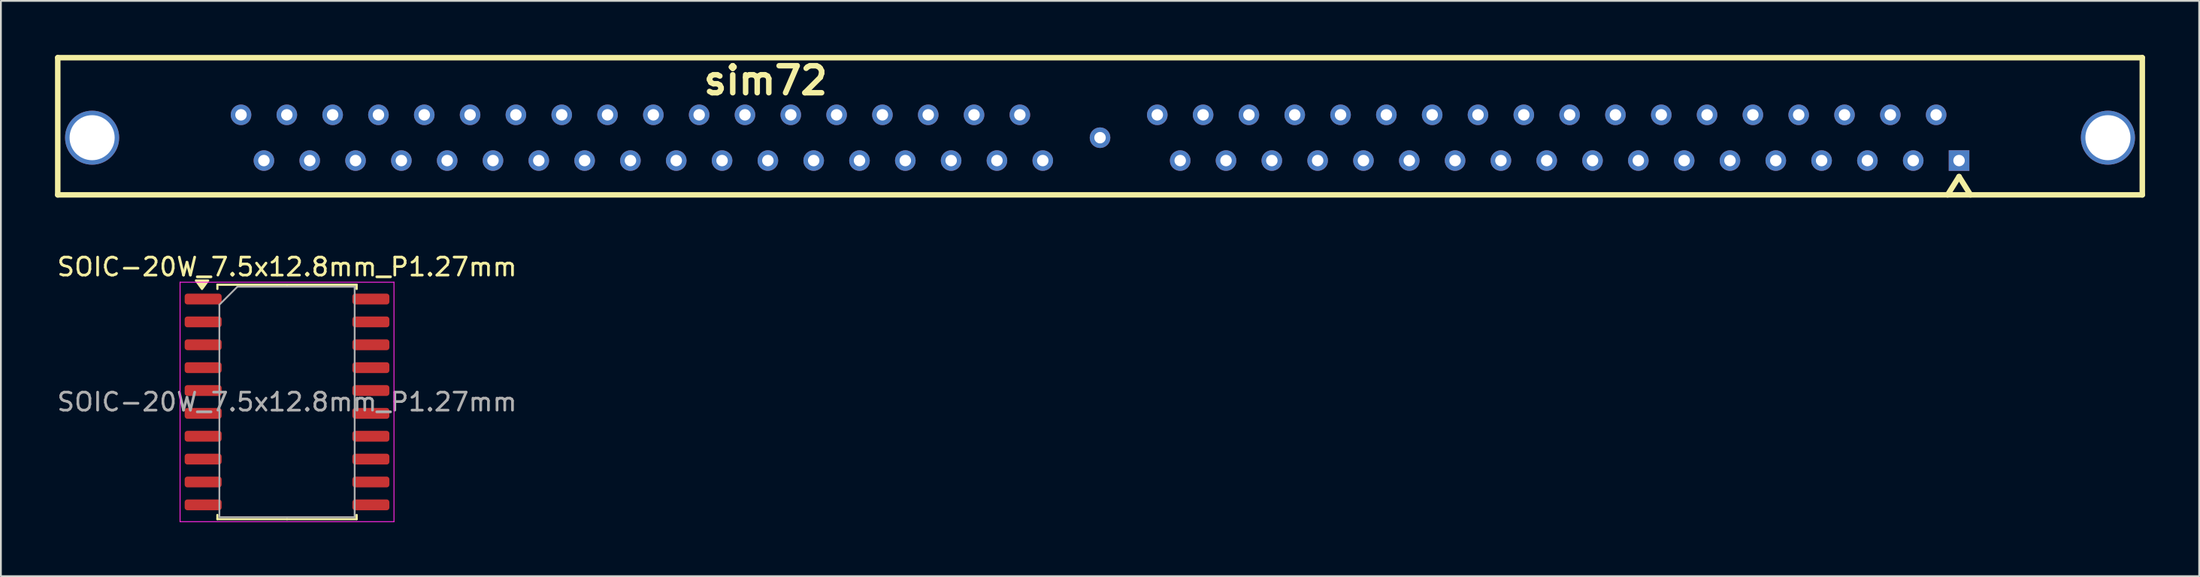
<source format=kicad_pcb>
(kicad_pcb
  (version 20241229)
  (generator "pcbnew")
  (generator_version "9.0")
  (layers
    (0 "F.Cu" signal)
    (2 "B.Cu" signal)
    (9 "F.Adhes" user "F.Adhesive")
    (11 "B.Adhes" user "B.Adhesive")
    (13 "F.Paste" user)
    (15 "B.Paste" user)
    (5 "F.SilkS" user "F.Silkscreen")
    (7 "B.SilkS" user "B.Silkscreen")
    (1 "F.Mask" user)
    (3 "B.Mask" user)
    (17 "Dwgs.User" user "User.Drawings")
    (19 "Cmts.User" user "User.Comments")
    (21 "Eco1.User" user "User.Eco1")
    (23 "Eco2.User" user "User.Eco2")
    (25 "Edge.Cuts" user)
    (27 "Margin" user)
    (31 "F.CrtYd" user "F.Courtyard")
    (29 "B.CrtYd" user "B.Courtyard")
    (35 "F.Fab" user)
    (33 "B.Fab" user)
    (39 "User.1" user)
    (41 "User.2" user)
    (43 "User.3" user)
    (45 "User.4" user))
  (footprint "SOIC-20W_7.5x12.8mm_P1.27mm"
    (layer "F.Cu")
    (at 12.863 19.273)
    (property "Reference" "SOIC-20W_7.5x12.8mm_P1.27mm" (at 0 -7.5 0) (layer "F.SilkS") (effects (font (size 1 1) (thickness 0.15))))
    (attr smd)
    (fp_line (start -3.86 -6.51) (end -3.86 -6.275) (stroke (width 0.12) (type solid)) (layer "F.SilkS"))
    (fp_line (start -3.86 6.51) (end -3.86 6.275) (stroke (width 0.12) (type solid)) (layer "F.SilkS"))
    (fp_line (start 0 -6.51) (end -3.86 -6.51) (stroke (width 0.12) (type solid)) (layer "F.SilkS"))
    (fp_line (start 0 -6.51) (end 3.86 -6.51) (stroke (width 0.12) (type solid)) (layer "F.SilkS"))
    (fp_line (start 0 6.51) (end -3.86 6.51) (stroke (width 0.12) (type solid)) (layer "F.SilkS"))
    (fp_line (start 0 6.51) (end 3.86 6.51) (stroke (width 0.12) (type solid)) (layer "F.SilkS"))
    (fp_line (start 3.86 -6.51) (end 3.86 -6.275) (stroke (width 0.12) (type solid)) (layer "F.SilkS"))
    (fp_line (start 3.86 6.51) (end 3.86 6.275) (stroke (width 0.12) (type solid)) (layer "F.SilkS"))
    (fp_poly (pts (xy -4.713 -6.275) (xy -5.053 -6.745) (xy -4.372 -6.745) (xy -4.713 -6.275)) (stroke (width 0.12) (type solid)) (fill yes) (layer "F.SilkS"))
    (fp_line (start -5.93 -6.65) (end -5.93 6.65) (stroke (width 0.05) (type solid)) (layer "F.CrtYd"))
    (fp_line (start -5.93 6.65) (end 5.93 6.65) (stroke (width 0.05) (type solid)) (layer "F.CrtYd"))
    (fp_line (start 5.93 -6.65) (end -5.93 -6.65) (stroke (width 0.05) (type solid)) (layer "F.CrtYd"))
    (fp_line (start 5.93 6.65) (end 5.93 -6.65) (stroke (width 0.05) (type solid)) (layer "F.CrtYd"))
    (fp_line (start -3.75 -5.4) (end -2.75 -6.4) (stroke (width 0.1) (type solid)) (layer "F.Fab"))
    (fp_line (start -3.75 6.4) (end -3.75 -5.4) (stroke (width 0.1) (type solid)) (layer "F.Fab"))
    (fp_line (start -2.75 -6.4) (end 3.75 -6.4) (stroke (width 0.1) (type solid)) (layer "F.Fab"))
    (fp_line (start 3.75 -6.4) (end 3.75 6.4) (stroke (width 0.1) (type solid)) (layer "F.Fab"))
    (fp_line (start 3.75 6.4) (end -3.75 6.4) (stroke (width 0.1) (type solid)) (layer "F.Fab"))
    (fp_text user "${REFERENCE}" (at 0 0 0) (layer "F.Fab") (effects (font (size 1 1) (thickness 0.15))))
    (pad "1" smd roundrect (at -4.65 -5.715 180) (size 2.05 0.6) (layers "F.Cu" "F.Mask" "F.Paste") (roundrect_rratio 0.25))
    (pad "2" smd roundrect (at -4.65 -4.445 180) (size 2.05 0.6) (layers "F.Cu" "F.Mask" "F.Paste") (roundrect_rratio 0.25))
    (pad "3" smd roundrect (at -4.65 -3.175 180) (size 2.05 0.6) (layers "F.Cu" "F.Mask" "F.Paste") (roundrect_rratio 0.25))
    (pad "4" smd roundrect (at -4.65 -1.905 180) (size 2.05 0.6) (layers "F.Cu" "F.Mask" "F.Paste") (roundrect_rratio 0.25))
    (pad "5" smd roundrect (at -4.65 -0.635 180) (size 2.05 0.6) (layers "F.Cu" "F.Mask" "F.Paste") (roundrect_rratio 0.25))
    (pad "6" smd roundrect (at -4.65 0.635 180) (size 2.05 0.6) (layers "F.Cu" "F.Mask" "F.Paste") (roundrect_rratio 0.25))
    (pad "7" smd roundrect (at -4.65 1.905 180) (size 2.05 0.6) (layers "F.Cu" "F.Mask" "F.Paste") (roundrect_rratio 0.25))
    (pad "8" smd roundrect (at -4.65 3.175 180) (size 2.05 0.6) (layers "F.Cu" "F.Mask" "F.Paste") (roundrect_rratio 0.25))
    (pad "9" smd roundrect (at -4.65 4.445 180) (size 2.05 0.6) (layers "F.Cu" "F.Mask" "F.Paste") (roundrect_rratio 0.25))
    (pad "10" smd roundrect (at -4.65 5.715 180) (size 2.05 0.6) (layers "F.Cu" "F.Mask" "F.Paste") (roundrect_rratio 0.25))
    (pad "11" smd roundrect (at 4.65 5.715 180) (size 2.05 0.6) (layers "F.Cu" "F.Mask" "F.Paste") (roundrect_rratio 0.25))
    (pad "12" smd roundrect (at 4.65 4.445 180) (size 2.05 0.6) (layers "F.Cu" "F.Mask" "F.Paste") (roundrect_rratio 0.25))
    (pad "13" smd roundrect (at 4.65 3.175 180) (size 2.05 0.6) (layers "F.Cu" "F.Mask" "F.Paste") (roundrect_rratio 0.25))
    (pad "14" smd roundrect (at 4.65 1.905 180) (size 2.05 0.6) (layers "F.Cu" "F.Mask" "F.Paste") (roundrect_rratio 0.25))
    (pad "15" smd roundrect (at 4.65 0.635 180) (size 2.05 0.6) (layers "F.Cu" "F.Mask" "F.Paste") (roundrect_rratio 0.25))
    (pad "16" smd roundrect (at 4.65 -0.635 180) (size 2.05 0.6) (layers "F.Cu" "F.Mask" "F.Paste") (roundrect_rratio 0.25))
    (pad "17" smd roundrect (at 4.65 -1.905 180) (size 2.05 0.6) (layers "F.Cu" "F.Mask" "F.Paste") (roundrect_rratio 0.25))
    (pad "18" smd roundrect (at 4.65 -3.175 180) (size 2.05 0.6) (layers "F.Cu" "F.Mask" "F.Paste") (roundrect_rratio 0.25))
    (pad "19" smd roundrect (at 4.65 -4.445 180) (size 2.05 0.6) (layers "F.Cu" "F.Mask" "F.Paste") (roundrect_rratio 0.25))
    (pad "20" smd roundrect (at 4.65 -5.715 180) (size 2.05 0.6) (layers "F.Cu" "F.Mask" "F.Paste") (roundrect_rratio 0.25)))
  (footprint "sim72"
    (layer "F.Cu")
    (at 57.937 4.597)
    (property "Reference" "sim72" (at -18.542 -3.175 0) (layer "F.SilkS") (effects (font (size 1.5 1.5) (thickness 0.305))))
    (attr through_hole)
    (fp_line (start -57.785 -4.445) (end -57.785 3.175) (stroke (width 0.305) (type solid)) (layer "F.SilkS"))
    (fp_line (start -57.785 3.175) (end 57.785 3.175) (stroke (width 0.305) (type solid)) (layer "F.SilkS"))
    (fp_line (start 46.99 3.175) (end 47.625 2.159) (stroke (width 0.305) (type solid)) (layer "F.SilkS"))
    (fp_line (start 47.625 2.159) (end 48.26 3.175) (stroke (width 0.305) (type solid)) (layer "F.SilkS"))
    (fp_line (start 57.785 -4.445) (end -57.785 -4.445) (stroke (width 0.305) (type solid)) (layer "F.SilkS"))
    (fp_line (start 57.785 3.175) (end 57.785 -4.445) (stroke (width 0.305) (type solid)) (layer "F.SilkS"))
    (pad "" thru_hole circle (at -55.88 0) (size 3 3) (drill 2.5) (layers "*.Cu" "*.Mask"))
    (pad "" thru_hole circle (at 0 0) (size 1.143 1.143) (drill 0.635) (layers "*.Cu" "*.Mask"))
    (pad "" thru_hole circle (at 55.88 0) (size 3 3) (drill 2.5) (layers "*.Cu" "*.Mask"))
    (pad "1" thru_hole rect (at 47.625 1.27) (size 1.143 1.143) (drill 0.635) (layers "*.Cu" "*.Mask"))
    (pad "2" thru_hole circle (at 46.355 -1.27) (size 1.143 1.143) (drill 0.635) (layers "*.Cu" "*.Mask"))
    (pad "3" thru_hole circle (at 45.085 1.27) (size 1.143 1.143) (drill 0.635) (layers "*.Cu" "*.Mask"))
    (pad "4" thru_hole circle (at 43.815 -1.27) (size 1.143 1.143) (drill 0.635) (layers "*.Cu" "*.Mask"))
    (pad "5" thru_hole circle (at 42.545 1.27) (size 1.143 1.143) (drill 0.635) (layers "*.Cu" "*.Mask"))
    (pad "6" thru_hole circle (at 41.275 -1.27) (size 1.143 1.143) (drill 0.635) (layers "*.Cu" "*.Mask"))
    (pad "7" thru_hole circle (at 40.005 1.27) (size 1.143 1.143) (drill 0.635) (layers "*.Cu" "*.Mask"))
    (pad "8" thru_hole circle (at 38.735 -1.27) (size 1.143 1.143) (drill 0.635) (layers "*.Cu" "*.Mask"))
    (pad "9" thru_hole circle (at 37.465 1.27) (size 1.143 1.143) (drill 0.635) (layers "*.Cu" "*.Mask"))
    (pad "10" thru_hole circle (at 36.195 -1.27) (size 1.143 1.143) (drill 0.635) (layers "*.Cu" "*.Mask"))
    (pad "11" thru_hole circle (at 34.925 1.27) (size 1.143 1.143) (drill 0.635) (layers "*.Cu" "*.Mask"))
    (pad "12" thru_hole circle (at 33.655 -1.27) (size 1.143 1.143) (drill 0.635) (layers "*.Cu" "*.Mask"))
    (pad "13" thru_hole circle (at 32.385 1.27) (size 1.143 1.143) (drill 0.635) (layers "*.Cu" "*.Mask"))
    (pad "14" thru_hole circle (at 31.115 -1.27) (size 1.143 1.143) (drill 0.635) (layers "*.Cu" "*.Mask"))
    (pad "15" thru_hole circle (at 29.845 1.27) (size 1.143 1.143) (drill 0.635) (layers "*.Cu" "*.Mask"))
    (pad "16" thru_hole circle (at 28.575 -1.27) (size 1.143 1.143) (drill 0.635) (layers "*.Cu" "*.Mask"))
    (pad "17" thru_hole circle (at 27.305 1.27) (size 1.143 1.143) (drill 0.635) (layers "*.Cu" "*.Mask"))
    (pad "18" thru_hole circle (at 26.035 -1.27) (size 1.143 1.143) (drill 0.635) (layers "*.Cu" "*.Mask"))
    (pad "19" thru_hole circle (at 24.765 1.27) (size 1.143 1.143) (drill 0.635) (layers "*.Cu" "*.Mask"))
    (pad "20" thru_hole circle (at 23.495 -1.27) (size 1.143 1.143) (drill 0.635) (layers "*.Cu" "*.Mask"))
    (pad "21" thru_hole circle (at 22.225 1.27) (size 1.143 1.143) (drill 0.635) (layers "*.Cu" "*.Mask"))
    (pad "22" thru_hole circle (at 20.955 -1.27) (size 1.143 1.143) (drill 0.635) (layers "*.Cu" "*.Mask"))
    (pad "23" thru_hole circle (at 19.685 1.27) (size 1.143 1.143) (drill 0.635) (layers "*.Cu" "*.Mask"))
    (pad "24" thru_hole circle (at 18.415 -1.27) (size 1.143 1.143) (drill 0.635) (layers "*.Cu" "*.Mask"))
    (pad "25" thru_hole circle (at 17.145 1.27) (size 1.143 1.143) (drill 0.635) (layers "*.Cu" "*.Mask"))
    (pad "26" thru_hole circle (at 15.875 -1.27) (size 1.143 1.143) (drill 0.635) (layers "*.Cu" "*.Mask"))
    (pad "27" thru_hole circle (at 14.605 1.27) (size 1.143 1.143) (drill 0.635) (layers "*.Cu" "*.Mask"))
    (pad "28" thru_hole circle (at 13.335 -1.27) (size 1.143 1.143) (drill 0.635) (layers "*.Cu" "*.Mask"))
    (pad "29" thru_hole circle (at 12.065 1.27) (size 1.143 1.143) (drill 0.635) (layers "*.Cu" "*.Mask"))
    (pad "30" thru_hole circle (at 10.795 -1.27) (size 1.143 1.143) (drill 0.635) (layers "*.Cu" "*.Mask"))
    (pad "31" thru_hole circle (at 9.525 1.27) (size 1.143 1.143) (drill 0.635) (layers "*.Cu" "*.Mask"))
    (pad "32" thru_hole circle (at 8.255 -1.27) (size 1.143 1.143) (drill 0.635) (layers "*.Cu" "*.Mask"))
    (pad "33" thru_hole circle (at 6.985 1.27) (size 1.143 1.143) (drill 0.635) (layers "*.Cu" "*.Mask"))
    (pad "34" thru_hole circle (at 5.715 -1.27) (size 1.143 1.143) (drill 0.635) (layers "*.Cu" "*.Mask"))
    (pad "35" thru_hole circle (at 4.445 1.27) (size 1.143 1.143) (drill 0.635) (layers "*.Cu" "*.Mask"))
    (pad "36" thru_hole circle (at 3.175 -1.27) (size 1.143 1.143) (drill 0.635) (layers "*.Cu" "*.Mask"))
    (pad "37" thru_hole circle (at -3.175 1.27) (size 1.143 1.143) (drill 0.635) (layers "*.Cu" "*.Mask"))
    (pad "38" thru_hole circle (at -4.445 -1.27) (size 1.143 1.143) (drill 0.635) (layers "*.Cu" "*.Mask"))
    (pad "39" thru_hole circle (at -5.715 1.27) (size 1.143 1.143) (drill 0.635) (layers "*.Cu" "*.Mask"))
    (pad "40" thru_hole circle (at -6.985 -1.27) (size 1.143 1.143) (drill 0.635) (layers "*.Cu" "*.Mask"))
    (pad "41" thru_hole circle (at -8.255 1.27) (size 1.143 1.143) (drill 0.635) (layers "*.Cu" "*.Mask"))
    (pad "42" thru_hole circle (at -9.525 -1.27) (size 1.143 1.143) (drill 0.635) (layers "*.Cu" "*.Mask"))
    (pad "43" thru_hole circle (at -10.795 1.27) (size 1.143 1.143) (drill 0.635) (layers "*.Cu" "*.Mask"))
    (pad "44" thru_hole circle (at -12.065 -1.27) (size 1.143 1.143) (drill 0.635) (layers "*.Cu" "*.Mask"))
    (pad "45" thru_hole circle (at -13.335 1.27) (size 1.143 1.143) (drill 0.635) (layers "*.Cu" "*.Mask"))
    (pad "46" thru_hole circle (at -14.605 -1.27) (size 1.143 1.143) (drill 0.635) (layers "*.Cu" "*.Mask"))
    (pad "47" thru_hole circle (at -15.875 1.27) (size 1.143 1.143) (drill 0.635) (layers "*.Cu" "*.Mask"))
    (pad "48" thru_hole circle (at -17.145 -1.27) (size 1.143 1.143) (drill 0.635) (layers "*.Cu" "*.Mask"))
    (pad "49" thru_hole circle (at -18.415 1.27) (size 1.143 1.143) (drill 0.635) (layers "*.Cu" "*.Mask"))
    (pad "50" thru_hole circle (at -19.685 -1.27) (size 1.143 1.143) (drill 0.635) (layers "*.Cu" "*.Mask"))
    (pad "51" thru_hole circle (at -20.955 1.27) (size 1.143 1.143) (drill 0.635) (layers "*.Cu" "*.Mask"))
    (pad "52" thru_hole circle (at -22.225 -1.27) (size 1.143 1.143) (drill 0.635) (layers "*.Cu" "*.Mask"))
    (pad "53" thru_hole circle (at -23.495 1.27) (size 1.143 1.143) (drill 0.635) (layers "*.Cu" "*.Mask"))
    (pad "54" thru_hole circle (at -24.765 -1.27) (size 1.143 1.143) (drill 0.635) (layers "*.Cu" "*.Mask"))
    (pad "55" thru_hole circle (at -26.035 1.27) (size 1.143 1.143) (drill 0.635) (layers "*.Cu" "*.Mask"))
    (pad "56" thru_hole circle (at -27.305 -1.27) (size 1.143 1.143) (drill 0.635) (layers "*.Cu" "*.Mask"))
    (pad "57" thru_hole circle (at -28.575 1.27) (size 1.143 1.143) (drill 0.635) (layers "*.Cu" "*.Mask"))
    (pad "58" thru_hole circle (at -29.845 -1.27) (size 1.143 1.143) (drill 0.635) (layers "*.Cu" "*.Mask"))
    (pad "59" thru_hole circle (at -31.115 1.27) (size 1.143 1.143) (drill 0.635) (layers "*.Cu" "*.Mask"))
    (pad "60" thru_hole circle (at -32.385 -1.27) (size 1.143 1.143) (drill 0.635) (layers "*.Cu" "*.Mask"))
    (pad "61" thru_hole circle (at -33.655 1.27) (size 1.143 1.143) (drill 0.635) (layers "*.Cu" "*.Mask"))
    (pad "62" thru_hole circle (at -34.925 -1.27) (size 1.143 1.143) (drill 0.635) (layers "*.Cu" "*.Mask"))
    (pad "63" thru_hole circle (at -36.195 1.27) (size 1.143 1.143) (drill 0.635) (layers "*.Cu" "*.Mask"))
    (pad "64" thru_hole circle (at -37.465 -1.27) (size 1.143 1.143) (drill 0.635) (layers "*.Cu" "*.Mask"))
    (pad "65" thru_hole circle (at -38.735 1.27) (size 1.143 1.143) (drill 0.635) (layers "*.Cu" "*.Mask"))
    (pad "66" thru_hole circle (at -40.005 -1.27) (size 1.143 1.143) (drill 0.635) (layers "*.Cu" "*.Mask"))
    (pad "67" thru_hole circle (at -41.275 1.27) (size 1.143 1.143) (drill 0.635) (layers "*.Cu" "*.Mask"))
    (pad "68" thru_hole circle (at -42.545 -1.27) (size 1.143 1.143) (drill 0.635) (layers "*.Cu" "*.Mask"))
    (pad "69" thru_hole circle (at -43.815 1.27) (size 1.143 1.143) (drill 0.635) (layers "*.Cu" "*.Mask"))
    (pad "70" thru_hole circle (at -45.085 -1.27) (size 1.143 1.143) (drill 0.635) (layers "*.Cu" "*.Mask"))
    (pad "71" thru_hole circle (at -46.355 1.27) (size 1.143 1.143) (drill 0.635) (layers "*.Cu" "*.Mask"))
    (pad "72" thru_hole circle (at -47.625 -1.27) (size 1.143 1.143) (drill 0.635) (layers "*.Cu" "*.Mask")))
  (gr_rect
    (start -3 -3)
    (end 118.875 28.948)
    (stroke (width 0.1) (type default))
    (fill no)
    (layer "Edge.Cuts")))
</source>
